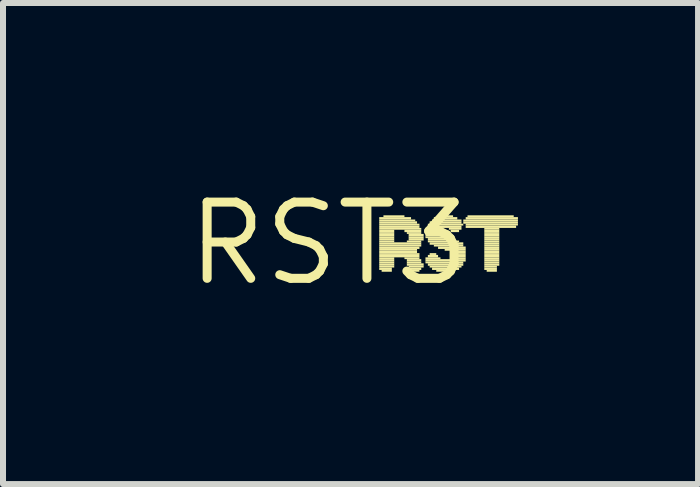
<source format=kicad_pcb>
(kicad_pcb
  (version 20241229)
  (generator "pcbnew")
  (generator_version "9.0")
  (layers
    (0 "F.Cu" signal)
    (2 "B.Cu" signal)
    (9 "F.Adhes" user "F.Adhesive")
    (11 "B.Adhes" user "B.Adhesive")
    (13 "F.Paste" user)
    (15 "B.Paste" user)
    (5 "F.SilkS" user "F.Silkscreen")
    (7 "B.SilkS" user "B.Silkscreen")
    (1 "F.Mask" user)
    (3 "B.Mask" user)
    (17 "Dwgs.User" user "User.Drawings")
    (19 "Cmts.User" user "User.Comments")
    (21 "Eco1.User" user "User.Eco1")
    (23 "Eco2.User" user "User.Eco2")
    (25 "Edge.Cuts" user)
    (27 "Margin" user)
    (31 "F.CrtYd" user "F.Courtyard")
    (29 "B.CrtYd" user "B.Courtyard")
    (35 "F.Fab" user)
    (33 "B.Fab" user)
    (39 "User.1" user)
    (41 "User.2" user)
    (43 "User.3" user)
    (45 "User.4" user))
  (footprint "RST3"
    (layer "F.Cu")
    (at 2.426 1.006)
    (property "Reference" "RST3" (at 0 0 0) (layer "F.SilkS") (effects (font (size 1.27 1.27) (thickness 0.15))))
    (attr through_hole)
    (fp_poly (pts (xy 0.84 -0.4) (xy 1.37 -0.4) (xy 1.37 -0.44) (xy 0.84 -0.44)) (stroke (width 0) (type solid)) (fill yes) (layer "F.SilkS"))
    (fp_poly (pts (xy 0.84 -0.37) (xy 1.44 -0.37) (xy 1.44 -0.4) (xy 0.84 -0.4)) (stroke (width 0) (type solid)) (fill yes) (layer "F.SilkS"))
    (fp_poly (pts (xy 0.84 -0.33) (xy 1.47 -0.33) (xy 1.47 -0.37) (xy 0.84 -0.37)) (stroke (width 0) (type solid)) (fill yes) (layer "F.SilkS"))
    (fp_poly (pts (xy 0.84 -0.3) (xy 1.51 -0.3) (xy 1.51 -0.33) (xy 0.84 -0.33)) (stroke (width 0) (type solid)) (fill yes) (layer "F.SilkS"))
    (fp_poly (pts (xy 0.84 -0.26) (xy 1.51 -0.26) (xy 1.51 -0.3) (xy 0.84 -0.3)) (stroke (width 0) (type solid)) (fill yes) (layer "F.SilkS"))
    (fp_poly (pts (xy 0.84 -0.23) (xy 1.54 -0.23) (xy 1.54 -0.26) (xy 0.84 -0.26)) (stroke (width 0) (type solid)) (fill yes) (layer "F.SilkS"))
    (fp_poly (pts (xy 0.84 -0.19) (xy 1.09 -0.19) (xy 1.09 -0.23) (xy 0.84 -0.23)) (stroke (width 0) (type solid)) (fill yes) (layer "F.SilkS"))
    (fp_poly (pts (xy 0.84 -0.16) (xy 1.09 -0.16) (xy 1.09 -0.19) (xy 0.84 -0.19)) (stroke (width 0) (type solid)) (fill yes) (layer "F.SilkS"))
    (fp_poly (pts (xy 0.84 -0.12) (xy 1.09 -0.12) (xy 1.09 -0.16) (xy 0.84 -0.16)) (stroke (width 0) (type solid)) (fill yes) (layer "F.SilkS"))
    (fp_poly (pts (xy 0.84 -0.09) (xy 1.09 -0.09) (xy 1.09 -0.12) (xy 0.84 -0.12)) (stroke (width 0) (type solid)) (fill yes) (layer "F.SilkS"))
    (fp_poly (pts (xy 0.84 -0.05) (xy 1.09 -0.05) (xy 1.09 -0.09) (xy 0.84 -0.09)) (stroke (width 0) (type solid)) (fill yes) (layer "F.SilkS"))
    (fp_poly (pts (xy 0.84 -0.02) (xy 1.09 -0.02) (xy 1.09 -0.05) (xy 0.84 -0.05)) (stroke (width 0) (type solid)) (fill yes) (layer "F.SilkS"))
    (fp_poly (pts (xy 0.84 0.02) (xy 1.54 0.02) (xy 1.54 -0.02) (xy 0.84 -0.02)) (stroke (width 0) (type solid)) (fill yes) (layer "F.SilkS"))
    (fp_poly (pts (xy 0.84 0.05) (xy 1.54 0.05) (xy 1.54 0.02) (xy 0.84 0.02)) (stroke (width 0) (type solid)) (fill yes) (layer "F.SilkS"))
    (fp_poly (pts (xy 0.84 0.09) (xy 1.51 0.09) (xy 1.51 0.05) (xy 0.84 0.05)) (stroke (width 0) (type solid)) (fill yes) (layer "F.SilkS"))
    (fp_poly (pts (xy 0.84 0.12) (xy 1.47 0.12) (xy 1.47 0.09) (xy 0.84 0.09)) (stroke (width 0) (type solid)) (fill yes) (layer "F.SilkS"))
    (fp_poly (pts (xy 0.84 0.16) (xy 1.47 0.16) (xy 1.47 0.12) (xy 0.84 0.12)) (stroke (width 0) (type solid)) (fill yes) (layer "F.SilkS"))
    (fp_poly (pts (xy 0.84 0.19) (xy 1.51 0.19) (xy 1.51 0.16) (xy 0.84 0.16)) (stroke (width 0) (type solid)) (fill yes) (layer "F.SilkS"))
    (fp_poly (pts (xy 0.84 0.23) (xy 1.51 0.23) (xy 1.51 0.19) (xy 0.84 0.19)) (stroke (width 0) (type solid)) (fill yes) (layer "F.SilkS"))
    (fp_poly (pts (xy 0.84 0.26) (xy 1.09 0.26) (xy 1.09 0.23) (xy 0.84 0.23)) (stroke (width 0) (type solid)) (fill yes) (layer "F.SilkS"))
    (fp_poly (pts (xy 0.84 0.3) (xy 1.09 0.3) (xy 1.09 0.26) (xy 0.84 0.26)) (stroke (width 0) (type solid)) (fill yes) (layer "F.SilkS"))
    (fp_poly (pts (xy 0.84 0.33) (xy 1.09 0.33) (xy 1.09 0.3) (xy 0.84 0.3)) (stroke (width 0) (type solid)) (fill yes) (layer "F.SilkS"))
    (fp_poly (pts (xy 0.84 0.37) (xy 1.09 0.37) (xy 1.09 0.33) (xy 0.84 0.33)) (stroke (width 0) (type solid)) (fill yes) (layer "F.SilkS"))
    (fp_poly (pts (xy 0.84 0.4) (xy 1.09 0.4) (xy 1.09 0.37) (xy 0.84 0.37)) (stroke (width 0) (type solid)) (fill yes) (layer "F.SilkS"))
    (fp_poly (pts (xy 0.84 0.44) (xy 1.05 0.44) (xy 1.05 0.4) (xy 0.84 0.4)) (stroke (width 0) (type solid)) (fill yes) (layer "F.SilkS"))
    (fp_poly (pts (xy 0.88 0.47) (xy 1.05 0.47) (xy 1.05 0.44) (xy 0.88 0.44)) (stroke (width 0) (type solid)) (fill yes) (layer "F.SilkS"))
    (fp_poly (pts (xy 0.91 -0.44) (xy 1.26 -0.44) (xy 1.26 -0.47) (xy 0.91 -0.47)) (stroke (width 0) (type solid)) (fill yes) (layer "F.SilkS"))
    (fp_poly (pts (xy 1.26 -0.19) (xy 1.54 -0.19) (xy 1.54 -0.23) (xy 1.26 -0.23)) (stroke (width 0) (type solid)) (fill yes) (layer "F.SilkS"))
    (fp_poly (pts (xy 1.26 0.26) (xy 1.51 0.26) (xy 1.51 0.23) (xy 1.26 0.23)) (stroke (width 0) (type solid)) (fill yes) (layer "F.SilkS"))
    (fp_poly (pts (xy 1.3 -0.16) (xy 1.54 -0.16) (xy 1.54 -0.19) (xy 1.3 -0.19)) (stroke (width 0) (type solid)) (fill yes) (layer "F.SilkS"))
    (fp_poly (pts (xy 1.3 -0.02) (xy 1.54 -0.02) (xy 1.54 -0.05) (xy 1.3 -0.05)) (stroke (width 0) (type solid)) (fill yes) (layer "F.SilkS"))
    (fp_poly (pts (xy 1.3 0.3) (xy 1.54 0.3) (xy 1.54 0.26) (xy 1.3 0.26)) (stroke (width 0) (type solid)) (fill yes) (layer "F.SilkS"))
    (fp_poly (pts (xy 1.3 0.33) (xy 1.54 0.33) (xy 1.54 0.3) (xy 1.3 0.3)) (stroke (width 0) (type solid)) (fill yes) (layer "F.SilkS"))
    (fp_poly (pts (xy 1.3 0.37) (xy 1.58 0.37) (xy 1.58 0.33) (xy 1.3 0.33)) (stroke (width 0) (type solid)) (fill yes) (layer "F.SilkS"))
    (fp_poly (pts (xy 1.33 -0.12) (xy 1.58 -0.12) (xy 1.58 -0.16) (xy 1.33 -0.16)) (stroke (width 0) (type solid)) (fill yes) (layer "F.SilkS"))
    (fp_poly (pts (xy 1.33 -0.09) (xy 1.58 -0.09) (xy 1.58 -0.12) (xy 1.33 -0.12)) (stroke (width 0) (type solid)) (fill yes) (layer "F.SilkS"))
    (fp_poly (pts (xy 1.33 -0.05) (xy 1.58 -0.05) (xy 1.58 -0.09) (xy 1.33 -0.09)) (stroke (width 0) (type solid)) (fill yes) (layer "F.SilkS"))
    (fp_poly (pts (xy 1.33 0.4) (xy 1.58 0.4) (xy 1.58 0.37) (xy 1.33 0.37)) (stroke (width 0) (type solid)) (fill yes) (layer "F.SilkS"))
    (fp_poly (pts (xy 1.33 0.44) (xy 1.54 0.44) (xy 1.54 0.4) (xy 1.33 0.4)) (stroke (width 0) (type solid)) (fill yes) (layer "F.SilkS"))
    (fp_poly (pts (xy 1.37 0.47) (xy 1.51 0.47) (xy 1.51 0.44) (xy 1.37 0.44)) (stroke (width 0) (type solid)) (fill yes) (layer "F.SilkS"))
    (fp_poly (pts (xy 1.61 -0.23) (xy 1.89 -0.23) (xy 1.89 -0.26) (xy 1.61 -0.26)) (stroke (width 0) (type solid)) (fill yes) (layer "F.SilkS"))
    (fp_poly (pts (xy 1.61 -0.19) (xy 1.86 -0.19) (xy 1.86 -0.23) (xy 1.61 -0.23)) (stroke (width 0) (type solid)) (fill yes) (layer "F.SilkS"))
    (fp_poly (pts (xy 1.61 -0.16) (xy 1.86 -0.16) (xy 1.86 -0.19) (xy 1.61 -0.19)) (stroke (width 0) (type solid)) (fill yes) (layer "F.SilkS"))
    (fp_poly (pts (xy 1.61 -0.12) (xy 1.89 -0.12) (xy 1.89 -0.16) (xy 1.61 -0.16)) (stroke (width 0) (type solid)) (fill yes) (layer "F.SilkS"))
    (fp_poly (pts (xy 1.61 -0.09) (xy 1.96 -0.09) (xy 1.96 -0.12) (xy 1.61 -0.12)) (stroke (width 0) (type solid)) (fill yes) (layer "F.SilkS"))
    (fp_poly (pts (xy 1.61 0.26) (xy 1.86 0.26) (xy 1.86 0.23) (xy 1.61 0.23)) (stroke (width 0) (type solid)) (fill yes) (layer "F.SilkS"))
    (fp_poly (pts (xy 1.61 0.3) (xy 2.28 0.3) (xy 2.28 0.26) (xy 1.61 0.26)) (stroke (width 0) (type solid)) (fill yes) (layer "F.SilkS"))
    (fp_poly (pts (xy 1.61 0.33) (xy 2.24 0.33) (xy 2.24 0.3) (xy 1.61 0.3)) (stroke (width 0) (type solid)) (fill yes) (layer "F.SilkS"))
    (fp_poly (pts (xy 1.65 -0.3) (xy 2.24 -0.3) (xy 2.24 -0.33) (xy 1.65 -0.33)) (stroke (width 0) (type solid)) (fill yes) (layer "F.SilkS"))
    (fp_poly (pts (xy 1.65 -0.26) (xy 2.21 -0.26) (xy 2.21 -0.3) (xy 1.65 -0.3)) (stroke (width 0) (type solid)) (fill yes) (layer "F.SilkS"))
    (fp_poly (pts (xy 1.65 -0.05) (xy 2.1 -0.05) (xy 2.1 -0.09) (xy 1.65 -0.09)) (stroke (width 0) (type solid)) (fill yes) (layer "F.SilkS"))
    (fp_poly (pts (xy 1.65 -0.02) (xy 2.17 -0.02) (xy 2.17 -0.05) (xy 1.65 -0.05)) (stroke (width 0) (type solid)) (fill yes) (layer "F.SilkS"))
    (fp_poly (pts (xy 1.65 0.23) (xy 1.82 0.23) (xy 1.82 0.19) (xy 1.65 0.19)) (stroke (width 0) (type solid)) (fill yes) (layer "F.SilkS"))
    (fp_poly (pts (xy 1.65 0.37) (xy 2.24 0.37) (xy 2.24 0.33) (xy 1.65 0.33)) (stroke (width 0) (type solid)) (fill yes) (layer "F.SilkS"))
    (fp_poly (pts (xy 1.68 -0.33) (xy 2.21 -0.33) (xy 2.21 -0.37) (xy 1.68 -0.37)) (stroke (width 0) (type solid)) (fill yes) (layer "F.SilkS"))
    (fp_poly (pts (xy 1.68 0.02) (xy 2.24 0.02) (xy 2.24 -0.02) (xy 1.68 -0.02)) (stroke (width 0) (type solid)) (fill yes) (layer "F.SilkS"))
    (fp_poly (pts (xy 1.68 0.19) (xy 1.79 0.19) (xy 1.79 0.16) (xy 1.68 0.16)) (stroke (width 0) (type solid)) (fill yes) (layer "F.SilkS"))
    (fp_poly (pts (xy 1.68 0.4) (xy 2.21 0.4) (xy 2.21 0.37) (xy 1.68 0.37)) (stroke (width 0) (type solid)) (fill yes) (layer "F.SilkS"))
    (fp_poly (pts (xy 1.72 -0.37) (xy 2.21 -0.37) (xy 2.21 -0.4) (xy 1.72 -0.4)) (stroke (width 0) (type solid)) (fill yes) (layer "F.SilkS"))
    (fp_poly (pts (xy 1.72 0.44) (xy 2.17 0.44) (xy 2.17 0.4) (xy 1.72 0.4)) (stroke (width 0) (type solid)) (fill yes) (layer "F.SilkS"))
    (fp_poly (pts (xy 1.75 -0.4) (xy 2.14 -0.4) (xy 2.14 -0.44) (xy 1.75 -0.44)) (stroke (width 0) (type solid)) (fill yes) (layer "F.SilkS"))
    (fp_poly (pts (xy 1.75 0.05) (xy 2.24 0.05) (xy 2.24 0.02) (xy 1.75 0.02)) (stroke (width 0) (type solid)) (fill yes) (layer "F.SilkS"))
    (fp_poly (pts (xy 1.79 0.47) (xy 2.1 0.47) (xy 2.1 0.44) (xy 1.79 0.44)) (stroke (width 0) (type solid)) (fill yes) (layer "F.SilkS"))
    (fp_poly (pts (xy 1.82 -0.44) (xy 2.07 -0.44) (xy 2.07 -0.47) (xy 1.82 -0.47)) (stroke (width 0) (type solid)) (fill yes) (layer "F.SilkS"))
    (fp_poly (pts (xy 1.82 0.09) (xy 2.28 0.09) (xy 2.28 0.05) (xy 1.82 0.05)) (stroke (width 0) (type solid)) (fill yes) (layer "F.SilkS"))
    (fp_poly (pts (xy 1.93 0.12) (xy 2.28 0.12) (xy 2.28 0.09) (xy 1.93 0.09)) (stroke (width 0) (type solid)) (fill yes) (layer "F.SilkS"))
    (fp_poly (pts (xy 1.93 0.51) (xy 1.96 0.51) (xy 1.96 0.47) (xy 1.93 0.47)) (stroke (width 0) (type solid)) (fill yes) (layer "F.SilkS"))
    (fp_poly (pts (xy 2 -0.23) (xy 2.21 -0.23) (xy 2.21 -0.26) (xy 2 -0.26)) (stroke (width 0) (type solid)) (fill yes) (layer "F.SilkS"))
    (fp_poly (pts (xy 2.03 -0.19) (xy 2.17 -0.19) (xy 2.17 -0.23) (xy 2.03 -0.23)) (stroke (width 0) (type solid)) (fill yes) (layer "F.SilkS"))
    (fp_poly (pts (xy 2.03 0.16) (xy 2.28 0.16) (xy 2.28 0.12) (xy 2.03 0.12)) (stroke (width 0) (type solid)) (fill yes) (layer "F.SilkS"))
    (fp_poly (pts (xy 2.03 0.19) (xy 2.28 0.19) (xy 2.28 0.16) (xy 2.03 0.16)) (stroke (width 0) (type solid)) (fill yes) (layer "F.SilkS"))
    (fp_poly (pts (xy 2.03 0.23) (xy 2.28 0.23) (xy 2.28 0.19) (xy 2.03 0.19)) (stroke (width 0) (type solid)) (fill yes) (layer "F.SilkS"))
    (fp_poly (pts (xy 2.03 0.26) (xy 2.28 0.26) (xy 2.28 0.23) (xy 2.03 0.23)) (stroke (width 0) (type solid)) (fill yes) (layer "F.SilkS"))
    (fp_poly (pts (xy 2.24 -0.37) (xy 3.15 -0.37) (xy 3.15 -0.4) (xy 2.24 -0.4)) (stroke (width 0) (type solid)) (fill yes) (layer "F.SilkS"))
    (fp_poly (pts (xy 2.24 -0.33) (xy 3.15 -0.33) (xy 3.15 -0.37) (xy 2.24 -0.37)) (stroke (width 0) (type solid)) (fill yes) (layer "F.SilkS"))
    (fp_poly (pts (xy 2.28 -0.4) (xy 3.15 -0.4) (xy 3.15 -0.44) (xy 2.28 -0.44)) (stroke (width 0) (type solid)) (fill yes) (layer "F.SilkS"))
    (fp_poly (pts (xy 2.28 -0.3) (xy 3.15 -0.3) (xy 3.15 -0.33) (xy 2.28 -0.33)) (stroke (width 0) (type solid)) (fill yes) (layer "F.SilkS"))
    (fp_poly (pts (xy 2.28 -0.26) (xy 3.12 -0.26) (xy 3.12 -0.3) (xy 2.28 -0.3)) (stroke (width 0) (type solid)) (fill yes) (layer "F.SilkS"))
    (fp_poly (pts (xy 2.31 -0.44) (xy 3.08 -0.44) (xy 3.08 -0.47) (xy 2.31 -0.47)) (stroke (width 0) (type solid)) (fill yes) (layer "F.SilkS"))
    (fp_poly (pts (xy 2.59 -0.23) (xy 2.84 -0.23) (xy 2.84 -0.26) (xy 2.59 -0.26)) (stroke (width 0) (type solid)) (fill yes) (layer "F.SilkS"))
    (fp_poly (pts (xy 2.59 -0.19) (xy 2.84 -0.19) (xy 2.84 -0.23) (xy 2.59 -0.23)) (stroke (width 0) (type solid)) (fill yes) (layer "F.SilkS"))
    (fp_poly (pts (xy 2.59 -0.16) (xy 2.84 -0.16) (xy 2.84 -0.19) (xy 2.59 -0.19)) (stroke (width 0) (type solid)) (fill yes) (layer "F.SilkS"))
    (fp_poly (pts (xy 2.59 -0.12) (xy 2.84 -0.12) (xy 2.84 -0.16) (xy 2.59 -0.16)) (stroke (width 0) (type solid)) (fill yes) (layer "F.SilkS"))
    (fp_poly (pts (xy 2.59 -0.09) (xy 2.84 -0.09) (xy 2.84 -0.12) (xy 2.59 -0.12)) (stroke (width 0) (type solid)) (fill yes) (layer "F.SilkS"))
    (fp_poly (pts (xy 2.59 -0.05) (xy 2.84 -0.05) (xy 2.84 -0.09) (xy 2.59 -0.09)) (stroke (width 0) (type solid)) (fill yes) (layer "F.SilkS"))
    (fp_poly (pts (xy 2.59 -0.02) (xy 2.84 -0.02) (xy 2.84 -0.05) (xy 2.59 -0.05)) (stroke (width 0) (type solid)) (fill yes) (layer "F.SilkS"))
    (fp_poly (pts (xy 2.59 0.02) (xy 2.84 0.02) (xy 2.84 -0.02) (xy 2.59 -0.02)) (stroke (width 0) (type solid)) (fill yes) (layer "F.SilkS"))
    (fp_poly (pts (xy 2.59 0.05) (xy 2.84 0.05) (xy 2.84 0.02) (xy 2.59 0.02)) (stroke (width 0) (type solid)) (fill yes) (layer "F.SilkS"))
    (fp_poly (pts (xy 2.59 0.09) (xy 2.84 0.09) (xy 2.84 0.05) (xy 2.59 0.05)) (stroke (width 0) (type solid)) (fill yes) (layer "F.SilkS"))
    (fp_poly (pts (xy 2.59 0.12) (xy 2.84 0.12) (xy 2.84 0.09) (xy 2.59 0.09)) (stroke (width 0) (type solid)) (fill yes) (layer "F.SilkS"))
    (fp_poly (pts (xy 2.59 0.16) (xy 2.84 0.16) (xy 2.84 0.12) (xy 2.59 0.12)) (stroke (width 0) (type solid)) (fill yes) (layer "F.SilkS"))
    (fp_poly (pts (xy 2.59 0.19) (xy 2.84 0.19) (xy 2.84 0.16) (xy 2.59 0.16)) (stroke (width 0) (type solid)) (fill yes) (layer "F.SilkS"))
    (fp_poly (pts (xy 2.59 0.23) (xy 2.84 0.23) (xy 2.84 0.19) (xy 2.59 0.19)) (stroke (width 0) (type solid)) (fill yes) (layer "F.SilkS"))
    (fp_poly (pts (xy 2.59 0.26) (xy 2.84 0.26) (xy 2.84 0.23) (xy 2.59 0.23)) (stroke (width 0) (type solid)) (fill yes) (layer "F.SilkS"))
    (fp_poly (pts (xy 2.59 0.3) (xy 2.84 0.3) (xy 2.84 0.26) (xy 2.59 0.26)) (stroke (width 0) (type solid)) (fill yes) (layer "F.SilkS"))
    (fp_poly (pts (xy 2.59 0.33) (xy 2.84 0.33) (xy 2.84 0.3) (xy 2.59 0.3)) (stroke (width 0) (type solid)) (fill yes) (layer "F.SilkS"))
    (fp_poly (pts (xy 2.59 0.37) (xy 2.84 0.37) (xy 2.84 0.33) (xy 2.59 0.33)) (stroke (width 0) (type solid)) (fill yes) (layer "F.SilkS"))
    (fp_poly (pts (xy 2.59 0.4) (xy 2.8 0.4) (xy 2.8 0.37) (xy 2.59 0.37)) (stroke (width 0) (type solid)) (fill yes) (layer "F.SilkS"))
    (fp_poly (pts (xy 2.59 0.44) (xy 2.8 0.44) (xy 2.8 0.4) (xy 2.59 0.4)) (stroke (width 0) (type solid)) (fill yes) (layer "F.SilkS"))
    (fp_poly (pts (xy 2.63 0.47) (xy 2.8 0.47) (xy 2.8 0.44) (xy 2.63 0.44)) (stroke (width 0) (type solid)) (fill yes) (layer "F.SilkS")))
  (gr_rect
    (start -3 -3)
    (end 8.576 5.012)
    (stroke (width 0.1) (type default))
    (fill no)
    (layer "Edge.Cuts")))
</source>
